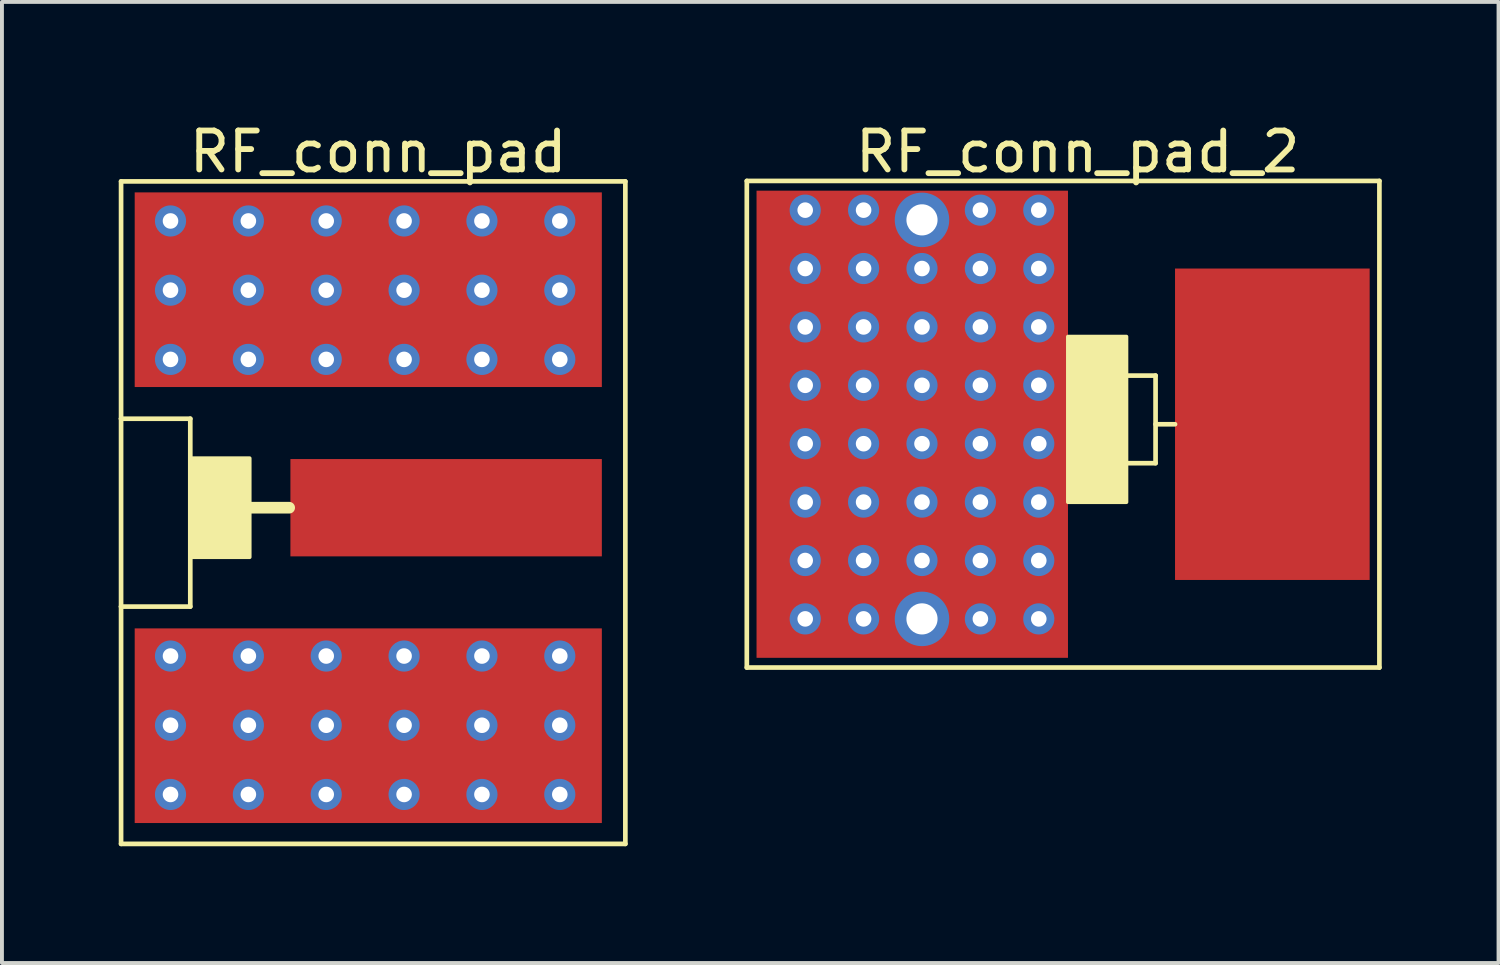
<source format=kicad_pcb>
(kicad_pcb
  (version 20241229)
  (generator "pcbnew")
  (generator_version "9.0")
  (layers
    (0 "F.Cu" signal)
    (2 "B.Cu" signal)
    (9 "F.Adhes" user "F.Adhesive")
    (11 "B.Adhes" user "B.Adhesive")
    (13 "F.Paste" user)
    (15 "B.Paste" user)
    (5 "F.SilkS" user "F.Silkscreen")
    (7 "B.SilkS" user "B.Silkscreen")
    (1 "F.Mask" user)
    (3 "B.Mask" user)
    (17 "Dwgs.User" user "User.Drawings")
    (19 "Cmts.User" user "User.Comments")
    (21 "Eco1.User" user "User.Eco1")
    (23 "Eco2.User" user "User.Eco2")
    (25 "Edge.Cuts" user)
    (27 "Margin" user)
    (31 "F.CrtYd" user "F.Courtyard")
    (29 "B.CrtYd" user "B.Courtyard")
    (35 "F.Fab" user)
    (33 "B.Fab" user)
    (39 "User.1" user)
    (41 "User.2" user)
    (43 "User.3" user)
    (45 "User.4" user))
  (footprint "RF_conn_pad_2"
    (layer "F.Cu")
    (at 29.634 7.848)
    (property "Reference" "RF_conn_pad_2" (at -5 -7 0) (layer "F.SilkS") (effects (font (size 1 1) (thickness 0.15))))
    (attr through_hole)
    (fp_line (start -13.5 -6.25) (end 2.75 -6.25) (stroke (width 0.12) (type solid)) (layer "F.SilkS"))
    (fp_line (start -13.5 6.25) (end -13.5 -6.25) (stroke (width 0.12) (type solid)) (layer "F.SilkS"))
    (fp_line (start -3.75 -1.25) (end -3 -1.25) (stroke (width 0.12) (type solid)) (layer "F.SilkS"))
    (fp_line (start -3 -1.25) (end -3 1) (stroke (width 0.12) (type solid)) (layer "F.SilkS"))
    (fp_line (start -3 0) (end -2.5 0) (stroke (width 0.12) (type solid)) (layer "F.SilkS"))
    (fp_line (start -3 1) (end -3.75 1) (stroke (width 0.12) (type solid)) (layer "F.SilkS"))
    (fp_line (start 2.75 -6.25) (end 2.75 6.25) (stroke (width 0.12) (type solid)) (layer "F.SilkS"))
    (fp_line (start 2.75 6.25) (end -13.5 6.25) (stroke (width 0.12) (type solid)) (layer "F.SilkS"))
    (fp_poly (pts (xy -5.25 -2.25) (xy -3.75 -2.25) (xy -3.75 2) (xy -5.25 2)) (stroke (width 0.1) (type solid)) (fill yes) (layer "F.SilkS"))
    (pad "1" smd rect (at 0 0) (size 5 8) (layers "F.Cu" "F.Mask" "F.Paste"))
    (pad "2" thru_hole circle (at -12 -5.5) (size 0.8 0.8) (drill 0.4) (layers "*.Cu" "*.Mask"))
    (pad "2" thru_hole circle (at -12 -4) (size 0.8 0.8) (drill 0.4) (layers "*.Cu" "*.Mask"))
    (pad "2" thru_hole circle (at -12 -2.5) (size 0.8 0.8) (drill 0.4) (layers "*.Cu" "*.Mask"))
    (pad "2" thru_hole circle (at -12 -1) (size 0.8 0.8) (drill 0.4) (layers "*.Cu" "*.Mask"))
    (pad "2" thru_hole circle (at -12 0.5) (size 0.8 0.8) (drill 0.4) (layers "*.Cu" "*.Mask"))
    (pad "2" thru_hole circle (at -12 2) (size 0.8 0.8) (drill 0.4) (layers "*.Cu" "*.Mask"))
    (pad "2" thru_hole circle (at -12 3.5) (size 0.8 0.8) (drill 0.4) (layers "*.Cu" "*.Mask"))
    (pad "2" thru_hole circle (at -12 5) (size 0.8 0.8) (drill 0.4) (layers "*.Cu" "*.Mask"))
    (pad "2" thru_hole circle (at -10.5 -5.5) (size 0.8 0.8) (drill 0.4) (layers "*.Cu" "*.Mask"))
    (pad "2" thru_hole circle (at -10.5 -4) (size 0.8 0.8) (drill 0.4) (layers "*.Cu" "*.Mask"))
    (pad "2" thru_hole circle (at -10.5 -2.5) (size 0.8 0.8) (drill 0.4) (layers "*.Cu" "*.Mask"))
    (pad "2" thru_hole circle (at -10.5 -1) (size 0.8 0.8) (drill 0.4) (layers "*.Cu" "*.Mask"))
    (pad "2" thru_hole circle (at -10.5 0.5) (size 0.8 0.8) (drill 0.4) (layers "*.Cu" "*.Mask"))
    (pad "2" thru_hole circle (at -10.5 2) (size 0.8 0.8) (drill 0.4) (layers "*.Cu" "*.Mask"))
    (pad "2" thru_hole circle (at -10.5 3.5) (size 0.8 0.8) (drill 0.4) (layers "*.Cu" "*.Mask"))
    (pad "2" thru_hole circle (at -10.5 5) (size 0.8 0.8) (drill 0.4) (layers "*.Cu" "*.Mask"))
    (pad "2" smd rect (at -9.25 0) (size 8 12) (layers "F.Cu" "F.Mask" "F.Paste"))
    (pad "2" thru_hole circle (at -9 -5.25) (size 1.4 1.4) (drill 0.8) (layers "*.Cu" "*.Mask"))
    (pad "2" thru_hole circle (at -9 -4) (size 0.8 0.8) (drill 0.4) (layers "*.Cu" "*.Mask"))
    (pad "2" thru_hole circle (at -9 -2.5) (size 0.8 0.8) (drill 0.4) (layers "*.Cu" "*.Mask"))
    (pad "2" thru_hole circle (at -9 -1) (size 0.8 0.8) (drill 0.4) (layers "*.Cu" "*.Mask"))
    (pad "2" thru_hole circle (at -9 0.5) (size 0.8 0.8) (drill 0.4) (layers "*.Cu" "*.Mask"))
    (pad "2" thru_hole circle (at -9 2) (size 0.8 0.8) (drill 0.4) (layers "*.Cu" "*.Mask"))
    (pad "2" thru_hole circle (at -9 3.5) (size 0.8 0.8) (drill 0.4) (layers "*.Cu" "*.Mask"))
    (pad "2" thru_hole circle (at -9 5) (size 1.4 1.4) (drill 0.8) (layers "*.Cu" "*.Mask"))
    (pad "2" thru_hole circle (at -7.5 -5.5) (size 0.8 0.8) (drill 0.4) (layers "*.Cu" "*.Mask"))
    (pad "2" thru_hole circle (at -7.5 -4) (size 0.8 0.8) (drill 0.4) (layers "*.Cu" "*.Mask"))
    (pad "2" thru_hole circle (at -7.5 -2.5) (size 0.8 0.8) (drill 0.4) (layers "*.Cu" "*.Mask"))
    (pad "2" thru_hole circle (at -7.5 -1) (size 0.8 0.8) (drill 0.4) (layers "*.Cu" "*.Mask"))
    (pad "2" thru_hole circle (at -7.5 0.5) (size 0.8 0.8) (drill 0.4) (layers "*.Cu" "*.Mask"))
    (pad "2" thru_hole circle (at -7.5 2) (size 0.8 0.8) (drill 0.4) (layers "*.Cu" "*.Mask"))
    (pad "2" thru_hole circle (at -7.5 3.5) (size 0.8 0.8) (drill 0.4) (layers "*.Cu" "*.Mask"))
    (pad "2" thru_hole circle (at -7.5 5) (size 0.8 0.8) (drill 0.4) (layers "*.Cu" "*.Mask"))
    (pad "2" thru_hole circle (at -6 -5.5) (size 0.8 0.8) (drill 0.4) (layers "*.Cu" "*.Mask"))
    (pad "2" thru_hole circle (at -6 -4) (size 0.8 0.8) (drill 0.4) (layers "*.Cu" "*.Mask"))
    (pad "2" thru_hole circle (at -6 -2.5) (size 0.8 0.8) (drill 0.4) (layers "*.Cu" "*.Mask"))
    (pad "2" thru_hole circle (at -6 -1) (size 0.8 0.8) (drill 0.4) (layers "*.Cu" "*.Mask"))
    (pad "2" thru_hole circle (at -6 0.5) (size 0.8 0.8) (drill 0.4) (layers "*.Cu" "*.Mask"))
    (pad "2" thru_hole circle (at -6 2) (size 0.8 0.8) (drill 0.4) (layers "*.Cu" "*.Mask"))
    (pad "2" thru_hole circle (at -6 3.5) (size 0.8 0.8) (drill 0.4) (layers "*.Cu" "*.Mask"))
    (pad "2" thru_hole circle (at -6 5) (size 0.8 0.8) (drill 0.4) (layers "*.Cu" "*.Mask")))
  (footprint "RF_conn_pad"
    (layer "F.Cu")
    (at 6.41 9.992)
    (property "Reference" "RF_conn_pad" (at 0.254 -9.144 0) (layer "F.SilkS") (effects (font (size 1 1) (thickness 0.15))))
    (attr through_hole)
    (fp_line (start -6.35 -8.382) (end -6.35 -2.286) (stroke (width 0.12) (type solid)) (layer "F.SilkS"))
    (fp_line (start -6.35 -2.286) (end -6.35 2.54) (stroke (width 0.12) (type solid)) (layer "F.SilkS"))
    (fp_line (start -6.35 -2.286) (end -4.572 -2.286) (stroke (width 0.12) (type solid)) (layer "F.SilkS"))
    (fp_line (start -6.35 2.54) (end -6.35 8.636) (stroke (width 0.12) (type solid)) (layer "F.SilkS"))
    (fp_line (start -6.35 8.636) (end 6.604 8.636) (stroke (width 0.12) (type solid)) (layer "F.SilkS"))
    (fp_line (start -4.572 -2.286) (end -4.572 2.54) (stroke (width 0.12) (type solid)) (layer "F.SilkS"))
    (fp_line (start -4.572 2.54) (end -6.35 2.54) (stroke (width 0.12) (type solid)) (layer "F.SilkS"))
    (fp_line (start -3.048 0) (end -2.032 0) (stroke (width 0.3) (type solid)) (layer "F.SilkS"))
    (fp_line (start 6.604 -8.382) (end -6.35 -8.382) (stroke (width 0.12) (type solid)) (layer "F.SilkS"))
    (fp_line (start 6.604 8.636) (end 6.604 -8.382) (stroke (width 0.12) (type solid)) (layer "F.SilkS"))
    (fp_poly (pts (xy -4.572 -1.27) (xy -3.048 -1.27) (xy -3.048 1.27) (xy -4.572 1.27)) (stroke (width 0.1) (type solid)) (fill yes) (layer "F.SilkS"))
    (pad "1" connect rect (at 2 0) (size 8 2.5) (layers "F.Cu" "F.Mask"))
    (pad "2" thru_hole circle (at -5.08 -7.366) (size 0.8 0.8) (drill 0.4) (layers "*.Cu" "*.Mask"))
    (pad "2" thru_hole circle (at -5.08 -5.588) (size 0.8 0.8) (drill 0.4) (layers "*.Cu" "*.Mask"))
    (pad "2" thru_hole circle (at -5.08 -3.81) (size 0.8 0.8) (drill 0.4) (layers "*.Cu" "*.Mask"))
    (pad "2" thru_hole circle (at -5.08 3.81) (size 0.8 0.8) (drill 0.4) (layers "*.Cu" "*.Mask"))
    (pad "2" thru_hole circle (at -5.08 5.588) (size 0.8 0.8) (drill 0.4) (layers "*.Cu" "*.Mask"))
    (pad "2" thru_hole circle (at -5.08 7.366) (size 0.8 0.8) (drill 0.4) (layers "*.Cu" "*.Mask"))
    (pad "2" thru_hole circle (at -3.08 -7.366) (size 0.8 0.8) (drill 0.4) (layers "*.Cu" "*.Mask"))
    (pad "2" thru_hole circle (at -3.08 -5.588) (size 0.8 0.8) (drill 0.4) (layers "*.Cu" "*.Mask"))
    (pad "2" thru_hole circle (at -3.08 -3.81) (size 0.8 0.8) (drill 0.4) (layers "*.Cu" "*.Mask"))
    (pad "2" thru_hole circle (at -3.08 3.81) (size 0.8 0.8) (drill 0.4) (layers "*.Cu" "*.Mask"))
    (pad "2" thru_hole circle (at -3.08 5.588) (size 0.8 0.8) (drill 0.4) (layers "*.Cu" "*.Mask"))
    (pad "2" thru_hole circle (at -3.08 7.366) (size 0.8 0.8) (drill 0.4) (layers "*.Cu" "*.Mask"))
    (pad "2" thru_hole circle (at -1.08 -7.366) (size 0.8 0.8) (drill 0.4) (layers "*.Cu" "*.Mask"))
    (pad "2" thru_hole circle (at -1.08 -5.588) (size 0.8 0.8) (drill 0.4) (layers "*.Cu" "*.Mask"))
    (pad "2" thru_hole circle (at -1.08 -3.81) (size 0.8 0.8) (drill 0.4) (layers "*.Cu" "*.Mask"))
    (pad "2" thru_hole circle (at -1.08 3.81) (size 0.8 0.8) (drill 0.4) (layers "*.Cu" "*.Mask"))
    (pad "2" thru_hole circle (at -1.08 5.588) (size 0.8 0.8) (drill 0.4) (layers "*.Cu" "*.Mask"))
    (pad "2" thru_hole circle (at -1.08 7.366) (size 0.8 0.8) (drill 0.4) (layers "*.Cu" "*.Mask"))
    (pad "2" connect rect (at 0 -5.6) (size 12 5) (layers "F.Cu" "F.Mask"))
    (pad "2" connect rect (at 0 5.6) (size 12 5) (layers "F.Cu" "F.Mask"))
    (pad "2" thru_hole circle (at 0.92 -7.366) (size 0.8 0.8) (drill 0.4) (layers "*.Cu" "*.Mask"))
    (pad "2" thru_hole circle (at 0.92 -5.588) (size 0.8 0.8) (drill 0.4) (layers "*.Cu" "*.Mask"))
    (pad "2" thru_hole circle (at 0.92 -3.81) (size 0.8 0.8) (drill 0.4) (layers "*.Cu" "*.Mask"))
    (pad "2" thru_hole circle (at 0.92 3.81) (size 0.8 0.8) (drill 0.4) (layers "*.Cu" "*.Mask"))
    (pad "2" thru_hole circle (at 0.92 5.588) (size 0.8 0.8) (drill 0.4) (layers "*.Cu" "*.Mask"))
    (pad "2" thru_hole circle (at 0.92 7.366) (size 0.8 0.8) (drill 0.4) (layers "*.Cu" "*.Mask"))
    (pad "2" thru_hole circle (at 2.92 -7.366) (size 0.8 0.8) (drill 0.4) (layers "*.Cu" "*.Mask"))
    (pad "2" thru_hole circle (at 2.92 -5.588) (size 0.8 0.8) (drill 0.4) (layers "*.Cu" "*.Mask"))
    (pad "2" thru_hole circle (at 2.92 -3.81) (size 0.8 0.8) (drill 0.4) (layers "*.Cu" "*.Mask"))
    (pad "2" thru_hole circle (at 2.92 3.81) (size 0.8 0.8) (drill 0.4) (layers "*.Cu" "*.Mask"))
    (pad "2" thru_hole circle (at 2.92 5.588) (size 0.8 0.8) (drill 0.4) (layers "*.Cu" "*.Mask"))
    (pad "2" thru_hole circle (at 2.92 7.366) (size 0.8 0.8) (drill 0.4) (layers "*.Cu" "*.Mask"))
    (pad "2" thru_hole circle (at 4.92 -7.366) (size 0.8 0.8) (drill 0.4) (layers "*.Cu" "*.Mask"))
    (pad "2" thru_hole circle (at 4.92 -5.588) (size 0.8 0.8) (drill 0.4) (layers "*.Cu" "*.Mask"))
    (pad "2" thru_hole circle (at 4.92 -3.81) (size 0.8 0.8) (drill 0.4) (layers "*.Cu" "*.Mask"))
    (pad "2" thru_hole circle (at 4.92 3.81) (size 0.8 0.8) (drill 0.4) (layers "*.Cu" "*.Mask"))
    (pad "2" thru_hole circle (at 4.92 5.588) (size 0.8 0.8) (drill 0.4) (layers "*.Cu" "*.Mask"))
    (pad "2" thru_hole circle (at 4.92 7.366) (size 0.8 0.8) (drill 0.4) (layers "*.Cu" "*.Mask")))
  (gr_rect
    (start -3 -3)
    (end 35.444 21.688)
    (stroke (width 0.1) (type default))
    (fill no)
    (layer "Edge.Cuts")))
</source>
